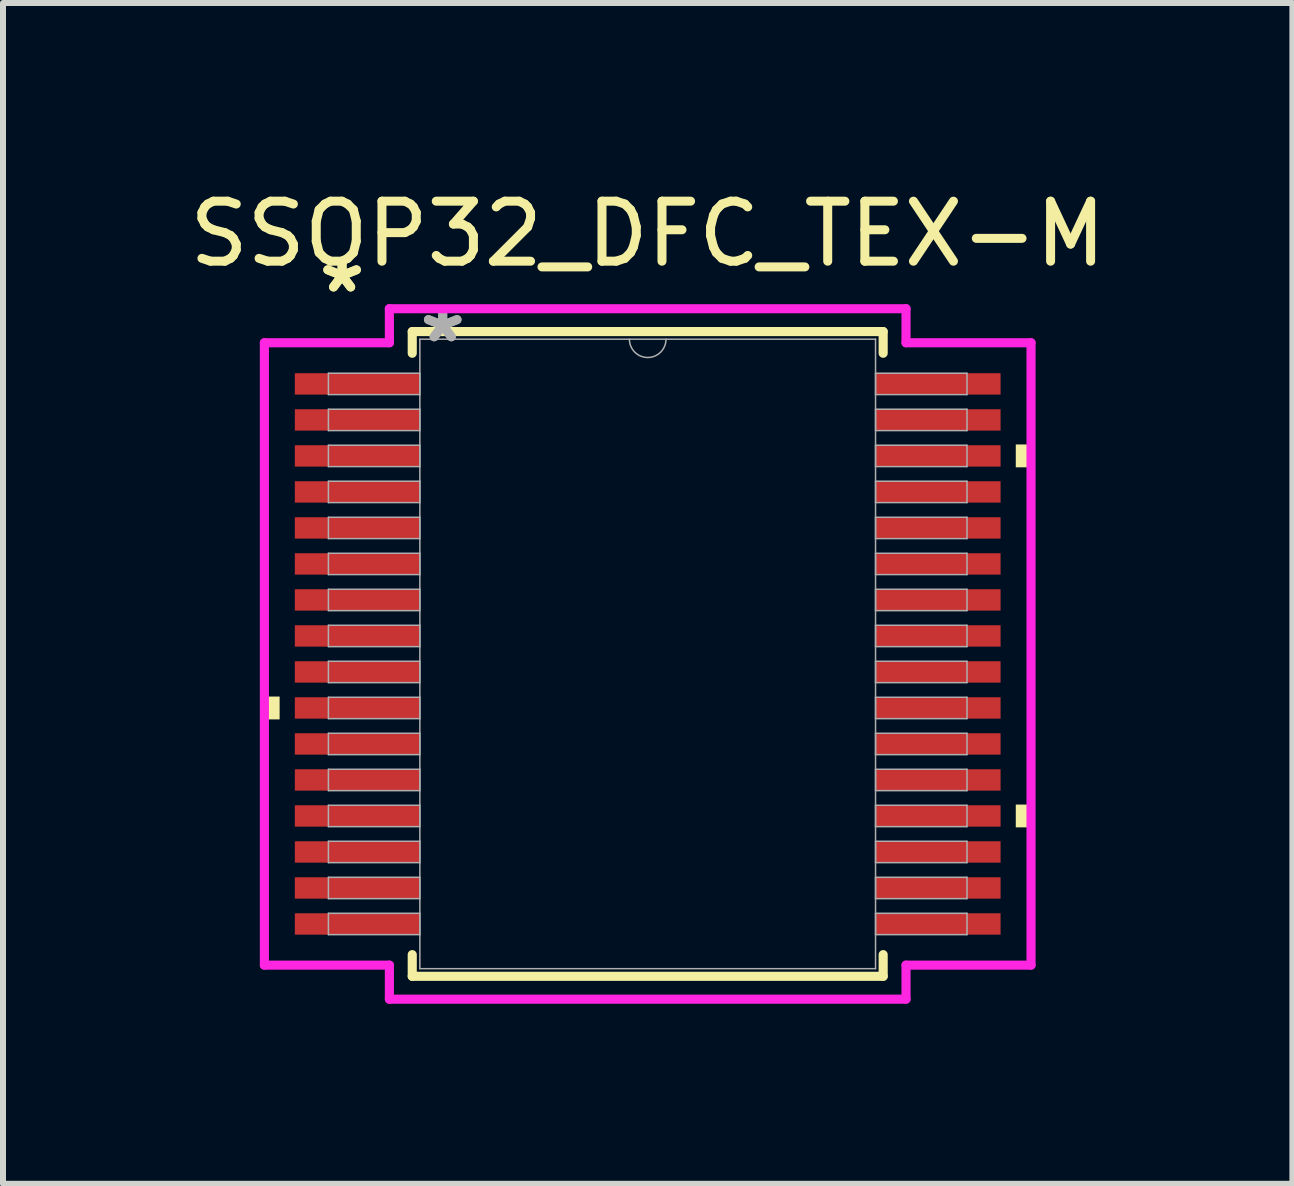
<source format=kicad_pcb>
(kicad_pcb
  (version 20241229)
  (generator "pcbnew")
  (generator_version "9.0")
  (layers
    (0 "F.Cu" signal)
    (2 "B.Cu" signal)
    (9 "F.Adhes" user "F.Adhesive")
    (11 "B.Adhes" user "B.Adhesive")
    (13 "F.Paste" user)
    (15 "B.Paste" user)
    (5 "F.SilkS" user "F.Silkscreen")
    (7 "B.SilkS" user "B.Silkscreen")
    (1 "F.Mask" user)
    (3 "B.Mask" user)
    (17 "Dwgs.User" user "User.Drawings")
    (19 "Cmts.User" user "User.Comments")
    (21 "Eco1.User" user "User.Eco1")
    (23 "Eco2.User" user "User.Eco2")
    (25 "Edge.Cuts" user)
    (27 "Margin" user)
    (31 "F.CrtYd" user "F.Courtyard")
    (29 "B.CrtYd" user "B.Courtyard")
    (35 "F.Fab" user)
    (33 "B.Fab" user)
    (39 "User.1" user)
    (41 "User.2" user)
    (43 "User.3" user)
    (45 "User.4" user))
  (footprint "SSOP32_DFC_TEX-M"
    (layer "F.Cu")
    (at 7.744 7.848)
    (property "Reference" "SSOP32_DFC_TEX-M" (at 0 -7 0) (unlocked yes) (layer "F.SilkS") (effects (font (size 1 1) (thickness 0.15))))
    (attr smd)
    (fp_line (start -3.924 -5.372) (end -3.924 -5.011) (stroke (width 0.152) (type solid)) (layer "F.SilkS"))
    (fp_line (start -3.924 5.011) (end -3.924 5.372) (stroke (width 0.152) (type solid)) (layer "F.SilkS"))
    (fp_line (start -3.924 5.372) (end 3.924 5.372) (stroke (width 0.152) (type solid)) (layer "F.SilkS"))
    (fp_line (start 3.924 -5.372) (end -3.924 -5.372) (stroke (width 0.152) (type solid)) (layer "F.SilkS"))
    (fp_line (start 3.924 -5.011) (end 3.924 -5.372) (stroke (width 0.152) (type solid)) (layer "F.SilkS"))
    (fp_line (start 3.924 5.372) (end 3.924 5.011) (stroke (width 0.152) (type solid)) (layer "F.SilkS"))
    (fp_poly (pts (xy -6.388 0.71) (xy -6.388 1.091) (xy -6.134 1.091) (xy -6.134 0.71)) (stroke (width 0) (type solid)) (fill yes) (layer "F.SilkS"))
    (fp_poly (pts (xy 6.388 -3.491) (xy 6.388 -3.11) (xy 6.134 -3.11) (xy 6.134 -3.491)) (stroke (width 0) (type solid)) (fill yes) (layer "F.SilkS"))
    (fp_poly (pts (xy 6.388 2.51) (xy 6.388 2.89) (xy 6.134 2.89) (xy 6.134 2.51)) (stroke (width 0) (type solid)) (fill yes) (layer "F.SilkS"))
    (fp_line (start -6.388 -5.186) (end -4.305 -5.186) (stroke (width 0.152) (type solid)) (layer "F.CrtYd"))
    (fp_line (start -6.388 5.186) (end -6.388 -5.186) (stroke (width 0.152) (type solid)) (layer "F.CrtYd"))
    (fp_line (start -6.388 5.186) (end -4.305 5.186) (stroke (width 0.152) (type solid)) (layer "F.CrtYd"))
    (fp_line (start -4.305 -5.753) (end 4.305 -5.753) (stroke (width 0.152) (type solid)) (layer "F.CrtYd"))
    (fp_line (start -4.305 -5.186) (end -4.305 -5.753) (stroke (width 0.152) (type solid)) (layer "F.CrtYd"))
    (fp_line (start -4.305 5.753) (end -4.305 5.186) (stroke (width 0.152) (type solid)) (layer "F.CrtYd"))
    (fp_line (start 4.305 -5.753) (end 4.305 -5.186) (stroke (width 0.152) (type solid)) (layer "F.CrtYd"))
    (fp_line (start 4.305 5.186) (end 4.305 5.753) (stroke (width 0.152) (type solid)) (layer "F.CrtYd"))
    (fp_line (start 4.305 5.753) (end -4.305 5.753) (stroke (width 0.152) (type solid)) (layer "F.CrtYd"))
    (fp_line (start 6.388 -5.186) (end 4.305 -5.186) (stroke (width 0.152) (type solid)) (layer "F.CrtYd"))
    (fp_line (start 6.388 -5.186) (end 6.388 5.186) (stroke (width 0.152) (type solid)) (layer "F.CrtYd"))
    (fp_line (start 6.388 5.186) (end 4.305 5.186) (stroke (width 0.152) (type solid)) (layer "F.CrtYd"))
    (fp_line (start -5.321 -4.678) (end -5.321 -4.322) (stroke (width 0.025) (type solid)) (layer "F.Fab"))
    (fp_line (start -5.321 -4.322) (end -3.797 -4.322) (stroke (width 0.025) (type solid)) (layer "F.Fab"))
    (fp_line (start -5.321 -4.078) (end -5.321 -3.722) (stroke (width 0.025) (type solid)) (layer "F.Fab"))
    (fp_line (start -5.321 -3.722) (end -3.797 -3.722) (stroke (width 0.025) (type solid)) (layer "F.Fab"))
    (fp_line (start -5.321 -3.478) (end -5.321 -3.122) (stroke (width 0.025) (type solid)) (layer "F.Fab"))
    (fp_line (start -5.321 -3.122) (end -3.797 -3.122) (stroke (width 0.025) (type solid)) (layer "F.Fab"))
    (fp_line (start -5.321 -2.878) (end -5.321 -2.522) (stroke (width 0.025) (type solid)) (layer "F.Fab"))
    (fp_line (start -5.321 -2.522) (end -3.797 -2.522) (stroke (width 0.025) (type solid)) (layer "F.Fab"))
    (fp_line (start -5.321 -2.278) (end -5.321 -1.922) (stroke (width 0.025) (type solid)) (layer "F.Fab"))
    (fp_line (start -5.321 -1.922) (end -3.797 -1.922) (stroke (width 0.025) (type solid)) (layer "F.Fab"))
    (fp_line (start -5.321 -1.678) (end -5.321 -1.322) (stroke (width 0.025) (type solid)) (layer "F.Fab"))
    (fp_line (start -5.321 -1.322) (end -3.797 -1.322) (stroke (width 0.025) (type solid)) (layer "F.Fab"))
    (fp_line (start -5.321 -1.078) (end -5.321 -0.722) (stroke (width 0.025) (type solid)) (layer "F.Fab"))
    (fp_line (start -5.321 -0.722) (end -3.797 -0.722) (stroke (width 0.025) (type solid)) (layer "F.Fab"))
    (fp_line (start -5.321 -0.478) (end -5.321 -0.122) (stroke (width 0.025) (type solid)) (layer "F.Fab"))
    (fp_line (start -5.321 -0.122) (end -3.797 -0.122) (stroke (width 0.025) (type solid)) (layer "F.Fab"))
    (fp_line (start -5.321 0.122) (end -5.321 0.478) (stroke (width 0.025) (type solid)) (layer "F.Fab"))
    (fp_line (start -5.321 0.478) (end -3.797 0.478) (stroke (width 0.025) (type solid)) (layer "F.Fab"))
    (fp_line (start -5.321 0.722) (end -5.321 1.078) (stroke (width 0.025) (type solid)) (layer "F.Fab"))
    (fp_line (start -5.321 1.078) (end -3.797 1.078) (stroke (width 0.025) (type solid)) (layer "F.Fab"))
    (fp_line (start -5.321 1.322) (end -5.321 1.678) (stroke (width 0.025) (type solid)) (layer "F.Fab"))
    (fp_line (start -5.321 1.678) (end -3.797 1.678) (stroke (width 0.025) (type solid)) (layer "F.Fab"))
    (fp_line (start -5.321 1.922) (end -5.321 2.278) (stroke (width 0.025) (type solid)) (layer "F.Fab"))
    (fp_line (start -5.321 2.278) (end -3.797 2.278) (stroke (width 0.025) (type solid)) (layer "F.Fab"))
    (fp_line (start -5.321 2.522) (end -5.321 2.878) (stroke (width 0.025) (type solid)) (layer "F.Fab"))
    (fp_line (start -5.321 2.878) (end -3.797 2.878) (stroke (width 0.025) (type solid)) (layer "F.Fab"))
    (fp_line (start -5.321 3.122) (end -5.321 3.478) (stroke (width 0.025) (type solid)) (layer "F.Fab"))
    (fp_line (start -5.321 3.478) (end -3.797 3.478) (stroke (width 0.025) (type solid)) (layer "F.Fab"))
    (fp_line (start -5.321 3.722) (end -5.321 4.078) (stroke (width 0.025) (type solid)) (layer "F.Fab"))
    (fp_line (start -5.321 4.078) (end -3.797 4.078) (stroke (width 0.025) (type solid)) (layer "F.Fab"))
    (fp_line (start -5.321 4.322) (end -5.321 4.678) (stroke (width 0.025) (type solid)) (layer "F.Fab"))
    (fp_line (start -5.321 4.678) (end -3.797 4.678) (stroke (width 0.025) (type solid)) (layer "F.Fab"))
    (fp_line (start -3.797 -5.245) (end -3.797 5.245) (stroke (width 0.025) (type solid)) (layer "F.Fab"))
    (fp_line (start -3.797 -4.678) (end -5.321 -4.678) (stroke (width 0.025) (type solid)) (layer "F.Fab"))
    (fp_line (start -3.797 -4.322) (end -3.797 -4.678) (stroke (width 0.025) (type solid)) (layer "F.Fab"))
    (fp_line (start -3.797 -4.078) (end -5.321 -4.078) (stroke (width 0.025) (type solid)) (layer "F.Fab"))
    (fp_line (start -3.797 -3.722) (end -3.797 -4.078) (stroke (width 0.025) (type solid)) (layer "F.Fab"))
    (fp_line (start -3.797 -3.478) (end -5.321 -3.478) (stroke (width 0.025) (type solid)) (layer "F.Fab"))
    (fp_line (start -3.797 -3.122) (end -3.797 -3.478) (stroke (width 0.025) (type solid)) (layer "F.Fab"))
    (fp_line (start -3.797 -2.878) (end -5.321 -2.878) (stroke (width 0.025) (type solid)) (layer "F.Fab"))
    (fp_line (start -3.797 -2.522) (end -3.797 -2.878) (stroke (width 0.025) (type solid)) (layer "F.Fab"))
    (fp_line (start -3.797 -2.278) (end -5.321 -2.278) (stroke (width 0.025) (type solid)) (layer "F.Fab"))
    (fp_line (start -3.797 -1.922) (end -3.797 -2.278) (stroke (width 0.025) (type solid)) (layer "F.Fab"))
    (fp_line (start -3.797 -1.678) (end -5.321 -1.678) (stroke (width 0.025) (type solid)) (layer "F.Fab"))
    (fp_line (start -3.797 -1.322) (end -3.797 -1.678) (stroke (width 0.025) (type solid)) (layer "F.Fab"))
    (fp_line (start -3.797 -1.078) (end -5.321 -1.078) (stroke (width 0.025) (type solid)) (layer "F.Fab"))
    (fp_line (start -3.797 -0.722) (end -3.797 -1.078) (stroke (width 0.025) (type solid)) (layer "F.Fab"))
    (fp_line (start -3.797 -0.478) (end -5.321 -0.478) (stroke (width 0.025) (type solid)) (layer "F.Fab"))
    (fp_line (start -3.797 -0.122) (end -3.797 -0.478) (stroke (width 0.025) (type solid)) (layer "F.Fab"))
    (fp_line (start -3.797 0.122) (end -5.321 0.122) (stroke (width 0.025) (type solid)) (layer "F.Fab"))
    (fp_line (start -3.797 0.478) (end -3.797 0.122) (stroke (width 0.025) (type solid)) (layer "F.Fab"))
    (fp_line (start -3.797 0.722) (end -5.321 0.722) (stroke (width 0.025) (type solid)) (layer "F.Fab"))
    (fp_line (start -3.797 1.078) (end -3.797 0.722) (stroke (width 0.025) (type solid)) (layer "F.Fab"))
    (fp_line (start -3.797 1.322) (end -5.321 1.322) (stroke (width 0.025) (type solid)) (layer "F.Fab"))
    (fp_line (start -3.797 1.678) (end -3.797 1.322) (stroke (width 0.025) (type solid)) (layer "F.Fab"))
    (fp_line (start -3.797 1.922) (end -5.321 1.922) (stroke (width 0.025) (type solid)) (layer "F.Fab"))
    (fp_line (start -3.797 2.278) (end -3.797 1.922) (stroke (width 0.025) (type solid)) (layer "F.Fab"))
    (fp_line (start -3.797 2.522) (end -5.321 2.522) (stroke (width 0.025) (type solid)) (layer "F.Fab"))
    (fp_line (start -3.797 2.878) (end -3.797 2.522) (stroke (width 0.025) (type solid)) (layer "F.Fab"))
    (fp_line (start -3.797 3.122) (end -5.321 3.122) (stroke (width 0.025) (type solid)) (layer "F.Fab"))
    (fp_line (start -3.797 3.478) (end -3.797 3.122) (stroke (width 0.025) (type solid)) (layer "F.Fab"))
    (fp_line (start -3.797 3.722) (end -5.321 3.722) (stroke (width 0.025) (type solid)) (layer "F.Fab"))
    (fp_line (start -3.797 4.078) (end -3.797 3.722) (stroke (width 0.025) (type solid)) (layer "F.Fab"))
    (fp_line (start -3.797 4.322) (end -5.321 4.322) (stroke (width 0.025) (type solid)) (layer "F.Fab"))
    (fp_line (start -3.797 4.678) (end -3.797 4.322) (stroke (width 0.025) (type solid)) (layer "F.Fab"))
    (fp_line (start -3.797 5.245) (end 3.797 5.245) (stroke (width 0.025) (type solid)) (layer "F.Fab"))
    (fp_line (start 3.797 -5.245) (end -3.797 -5.245) (stroke (width 0.025) (type solid)) (layer "F.Fab"))
    (fp_line (start 3.797 -4.678) (end 3.797 -4.322) (stroke (width 0.025) (type solid)) (layer "F.Fab"))
    (fp_line (start 3.797 -4.322) (end 5.321 -4.322) (stroke (width 0.025) (type solid)) (layer "F.Fab"))
    (fp_line (start 3.797 -4.078) (end 3.797 -3.722) (stroke (width 0.025) (type solid)) (layer "F.Fab"))
    (fp_line (start 3.797 -3.722) (end 5.321 -3.722) (stroke (width 0.025) (type solid)) (layer "F.Fab"))
    (fp_line (start 3.797 -3.478) (end 3.797 -3.122) (stroke (width 0.025) (type solid)) (layer "F.Fab"))
    (fp_line (start 3.797 -3.122) (end 5.321 -3.122) (stroke (width 0.025) (type solid)) (layer "F.Fab"))
    (fp_line (start 3.797 -2.878) (end 3.797 -2.522) (stroke (width 0.025) (type solid)) (layer "F.Fab"))
    (fp_line (start 3.797 -2.522) (end 5.321 -2.522) (stroke (width 0.025) (type solid)) (layer "F.Fab"))
    (fp_line (start 3.797 -2.278) (end 3.797 -1.922) (stroke (width 0.025) (type solid)) (layer "F.Fab"))
    (fp_line (start 3.797 -1.922) (end 5.321 -1.922) (stroke (width 0.025) (type solid)) (layer "F.Fab"))
    (fp_line (start 3.797 -1.678) (end 3.797 -1.322) (stroke (width 0.025) (type solid)) (layer "F.Fab"))
    (fp_line (start 3.797 -1.322) (end 5.321 -1.322) (stroke (width 0.025) (type solid)) (layer "F.Fab"))
    (fp_line (start 3.797 -1.078) (end 3.797 -0.722) (stroke (width 0.025) (type solid)) (layer "F.Fab"))
    (fp_line (start 3.797 -0.722) (end 5.321 -0.722) (stroke (width 0.025) (type solid)) (layer "F.Fab"))
    (fp_line (start 3.797 -0.478) (end 3.797 -0.122) (stroke (width 0.025) (type solid)) (layer "F.Fab"))
    (fp_line (start 3.797 -0.122) (end 5.321 -0.122) (stroke (width 0.025) (type solid)) (layer "F.Fab"))
    (fp_line (start 3.797 0.122) (end 3.797 0.478) (stroke (width 0.025) (type solid)) (layer "F.Fab"))
    (fp_line (start 3.797 0.478) (end 5.321 0.478) (stroke (width 0.025) (type solid)) (layer "F.Fab"))
    (fp_line (start 3.797 0.722) (end 3.797 1.078) (stroke (width 0.025) (type solid)) (layer "F.Fab"))
    (fp_line (start 3.797 1.078) (end 5.321 1.078) (stroke (width 0.025) (type solid)) (layer "F.Fab"))
    (fp_line (start 3.797 1.322) (end 3.797 1.678) (stroke (width 0.025) (type solid)) (layer "F.Fab"))
    (fp_line (start 3.797 1.678) (end 5.321 1.678) (stroke (width 0.025) (type solid)) (layer "F.Fab"))
    (fp_line (start 3.797 1.922) (end 3.797 2.278) (stroke (width 0.025) (type solid)) (layer "F.Fab"))
    (fp_line (start 3.797 2.278) (end 5.321 2.278) (stroke (width 0.025) (type solid)) (layer "F.Fab"))
    (fp_line (start 3.797 2.522) (end 3.797 2.878) (stroke (width 0.025) (type solid)) (layer "F.Fab"))
    (fp_line (start 3.797 2.878) (end 5.321 2.878) (stroke (width 0.025) (type solid)) (layer "F.Fab"))
    (fp_line (start 3.797 3.122) (end 3.797 3.478) (stroke (width 0.025) (type solid)) (layer "F.Fab"))
    (fp_line (start 3.797 3.478) (end 5.321 3.478) (stroke (width 0.025) (type solid)) (layer "F.Fab"))
    (fp_line (start 3.797 3.722) (end 3.797 4.078) (stroke (width 0.025) (type solid)) (layer "F.Fab"))
    (fp_line (start 3.797 4.078) (end 5.321 4.078) (stroke (width 0.025) (type solid)) (layer "F.Fab"))
    (fp_line (start 3.797 4.322) (end 3.797 4.678) (stroke (width 0.025) (type solid)) (layer "F.Fab"))
    (fp_line (start 3.797 4.678) (end 5.321 4.678) (stroke (width 0.025) (type solid)) (layer "F.Fab"))
    (fp_line (start 3.797 5.245) (end 3.797 -5.245) (stroke (width 0.025) (type solid)) (layer "F.Fab"))
    (fp_line (start 5.321 -4.678) (end 3.797 -4.678) (stroke (width 0.025) (type solid)) (layer "F.Fab"))
    (fp_line (start 5.321 -4.322) (end 5.321 -4.678) (stroke (width 0.025) (type solid)) (layer "F.Fab"))
    (fp_line (start 5.321 -4.078) (end 3.797 -4.078) (stroke (width 0.025) (type solid)) (layer "F.Fab"))
    (fp_line (start 5.321 -3.722) (end 5.321 -4.078) (stroke (width 0.025) (type solid)) (layer "F.Fab"))
    (fp_line (start 5.321 -3.478) (end 3.797 -3.478) (stroke (width 0.025) (type solid)) (layer "F.Fab"))
    (fp_line (start 5.321 -3.122) (end 5.321 -3.478) (stroke (width 0.025) (type solid)) (layer "F.Fab"))
    (fp_line (start 5.321 -2.878) (end 3.797 -2.878) (stroke (width 0.025) (type solid)) (layer "F.Fab"))
    (fp_line (start 5.321 -2.522) (end 5.321 -2.878) (stroke (width 0.025) (type solid)) (layer "F.Fab"))
    (fp_line (start 5.321 -2.278) (end 3.797 -2.278) (stroke (width 0.025) (type solid)) (layer "F.Fab"))
    (fp_line (start 5.321 -1.922) (end 5.321 -2.278) (stroke (width 0.025) (type solid)) (layer "F.Fab"))
    (fp_line (start 5.321 -1.678) (end 3.797 -1.678) (stroke (width 0.025) (type solid)) (layer "F.Fab"))
    (fp_line (start 5.321 -1.322) (end 5.321 -1.678) (stroke (width 0.025) (type solid)) (layer "F.Fab"))
    (fp_line (start 5.321 -1.078) (end 3.797 -1.078) (stroke (width 0.025) (type solid)) (layer "F.Fab"))
    (fp_line (start 5.321 -0.722) (end 5.321 -1.078) (stroke (width 0.025) (type solid)) (layer "F.Fab"))
    (fp_line (start 5.321 -0.478) (end 3.797 -0.478) (stroke (width 0.025) (type solid)) (layer "F.Fab"))
    (fp_line (start 5.321 -0.122) (end 5.321 -0.478) (stroke (width 0.025) (type solid)) (layer "F.Fab"))
    (fp_line (start 5.321 0.122) (end 3.797 0.122) (stroke (width 0.025) (type solid)) (layer "F.Fab"))
    (fp_line (start 5.321 0.478) (end 5.321 0.122) (stroke (width 0.025) (type solid)) (layer "F.Fab"))
    (fp_line (start 5.321 0.722) (end 3.797 0.722) (stroke (width 0.025) (type solid)) (layer "F.Fab"))
    (fp_line (start 5.321 1.078) (end 5.321 0.722) (stroke (width 0.025) (type solid)) (layer "F.Fab"))
    (fp_line (start 5.321 1.322) (end 3.797 1.322) (stroke (width 0.025) (type solid)) (layer "F.Fab"))
    (fp_line (start 5.321 1.678) (end 5.321 1.322) (stroke (width 0.025) (type solid)) (layer "F.Fab"))
    (fp_line (start 5.321 1.922) (end 3.797 1.922) (stroke (width 0.025) (type solid)) (layer "F.Fab"))
    (fp_line (start 5.321 2.278) (end 5.321 1.922) (stroke (width 0.025) (type solid)) (layer "F.Fab"))
    (fp_line (start 5.321 2.522) (end 3.797 2.522) (stroke (width 0.025) (type solid)) (layer "F.Fab"))
    (fp_line (start 5.321 2.878) (end 5.321 2.522) (stroke (width 0.025) (type solid)) (layer "F.Fab"))
    (fp_line (start 5.321 3.122) (end 3.797 3.122) (stroke (width 0.025) (type solid)) (layer "F.Fab"))
    (fp_line (start 5.321 3.478) (end 5.321 3.122) (stroke (width 0.025) (type solid)) (layer "F.Fab"))
    (fp_line (start 5.321 3.722) (end 3.797 3.722) (stroke (width 0.025) (type solid)) (layer "F.Fab"))
    (fp_line (start 5.321 4.078) (end 5.321 3.722) (stroke (width 0.025) (type solid)) (layer "F.Fab"))
    (fp_line (start 5.321 4.322) (end 3.797 4.322) (stroke (width 0.025) (type solid)) (layer "F.Fab"))
    (fp_line (start 5.321 4.678) (end 5.321 4.322) (stroke (width 0.025) (type solid)) (layer "F.Fab"))
    (fp_arc (start 0.3048 -5.2451) (mid 0 -4.9403) (end -0.3048 -5.2451) (stroke (width 0.0254) (type solid)) (layer "F.Fab"))
    (fp_text user "*" (at -5.093 -5.999 0) (layer "F.SilkS") (effects (font (size 1 1) (thickness 0.15))))
    (fp_text user "*" (at -5.093 -5.999 0) (unlocked yes) (layer "F.SilkS") (effects (font (size 1 1) (thickness 0.15))))
    (fp_text user "*" (at -3.416 -5.169 0) (unlocked yes) (layer "F.Fab") (effects (font (size 1 1) (thickness 0.15))))
    (fp_text user "*" (at -3.416 -5.169 0) (layer "F.Fab") (effects (font (size 1 1) (thickness 0.15))))
    (pad "1" smd rect (at -4.839 -4.5) (size 2.083 0.356) (layers "F.Cu" "F.Mask" "F.Paste"))
    (pad "2" smd rect (at -4.839 -3.9) (size 2.083 0.356) (layers "F.Cu" "F.Mask" "F.Paste"))
    (pad "3" smd rect (at -4.839 -3.3) (size 2.083 0.356) (layers "F.Cu" "F.Mask" "F.Paste"))
    (pad "4" smd rect (at -4.839 -2.7) (size 2.083 0.356) (layers "F.Cu" "F.Mask" "F.Paste"))
    (pad "5" smd rect (at -4.839 -2.1) (size 2.083 0.356) (layers "F.Cu" "F.Mask" "F.Paste"))
    (pad "6" smd rect (at -4.839 -1.5) (size 2.083 0.356) (layers "F.Cu" "F.Mask" "F.Paste"))
    (pad "7" smd rect (at -4.839 -0.9) (size 2.083 0.356) (layers "F.Cu" "F.Mask" "F.Paste"))
    (pad "8" smd rect (at -4.839 -0.3) (size 2.083 0.356) (layers "F.Cu" "F.Mask" "F.Paste"))
    (pad "9" smd rect (at -4.839 0.3) (size 2.083 0.356) (layers "F.Cu" "F.Mask" "F.Paste"))
    (pad "10" smd rect (at -4.839 0.9) (size 2.083 0.356) (layers "F.Cu" "F.Mask" "F.Paste"))
    (pad "11" smd rect (at -4.839 1.5) (size 2.083 0.356) (layers "F.Cu" "F.Mask" "F.Paste"))
    (pad "12" smd rect (at -4.839 2.1) (size 2.083 0.356) (layers "F.Cu" "F.Mask" "F.Paste"))
    (pad "13" smd rect (at -4.839 2.7) (size 2.083 0.356) (layers "F.Cu" "F.Mask" "F.Paste"))
    (pad "14" smd rect (at -4.839 3.3) (size 2.083 0.356) (layers "F.Cu" "F.Mask" "F.Paste"))
    (pad "15" smd rect (at -4.839 3.9) (size 2.083 0.356) (layers "F.Cu" "F.Mask" "F.Paste"))
    (pad "16" smd rect (at -4.839 4.5) (size 2.083 0.356) (layers "F.Cu" "F.Mask" "F.Paste"))
    (pad "17" smd rect (at 4.839 4.5) (size 2.083 0.356) (layers "F.Cu" "F.Mask" "F.Paste"))
    (pad "18" smd rect (at 4.839 3.9) (size 2.083 0.356) (layers "F.Cu" "F.Mask" "F.Paste"))
    (pad "19" smd rect (at 4.839 3.3) (size 2.083 0.356) (layers "F.Cu" "F.Mask" "F.Paste"))
    (pad "20" smd rect (at 4.839 2.7) (size 2.083 0.356) (layers "F.Cu" "F.Mask" "F.Paste"))
    (pad "21" smd rect (at 4.839 2.1) (size 2.083 0.356) (layers "F.Cu" "F.Mask" "F.Paste"))
    (pad "22" smd rect (at 4.839 1.5) (size 2.083 0.356) (layers "F.Cu" "F.Mask" "F.Paste"))
    (pad "23" smd rect (at 4.839 0.9) (size 2.083 0.356) (layers "F.Cu" "F.Mask" "F.Paste"))
    (pad "24" smd rect (at 4.839 0.3) (size 2.083 0.356) (layers "F.Cu" "F.Mask" "F.Paste"))
    (pad "25" smd rect (at 4.839 -0.3) (size 2.083 0.356) (layers "F.Cu" "F.Mask" "F.Paste"))
    (pad "26" smd rect (at 4.839 -0.9) (size 2.083 0.356) (layers "F.Cu" "F.Mask" "F.Paste"))
    (pad "27" smd rect (at 4.839 -1.5) (size 2.083 0.356) (layers "F.Cu" "F.Mask" "F.Paste"))
    (pad "28" smd rect (at 4.839 -2.1) (size 2.083 0.356) (layers "F.Cu" "F.Mask" "F.Paste"))
    (pad "29" smd rect (at 4.839 -2.7) (size 2.083 0.356) (layers "F.Cu" "F.Mask" "F.Paste"))
    (pad "30" smd rect (at 4.839 -3.3) (size 2.083 0.356) (layers "F.Cu" "F.Mask" "F.Paste"))
    (pad "31" smd rect (at 4.839 -3.9) (size 2.083 0.356) (layers "F.Cu" "F.Mask" "F.Paste"))
    (pad "32" smd rect (at 4.839 -4.5) (size 2.083 0.356) (layers "F.Cu" "F.Mask" "F.Paste")))
  (gr_rect
    (start -3 -3)
    (end 18.488 16.678)
    (stroke (width 0.1) (type default))
    (fill no)
    (layer "Edge.Cuts")))
</source>
